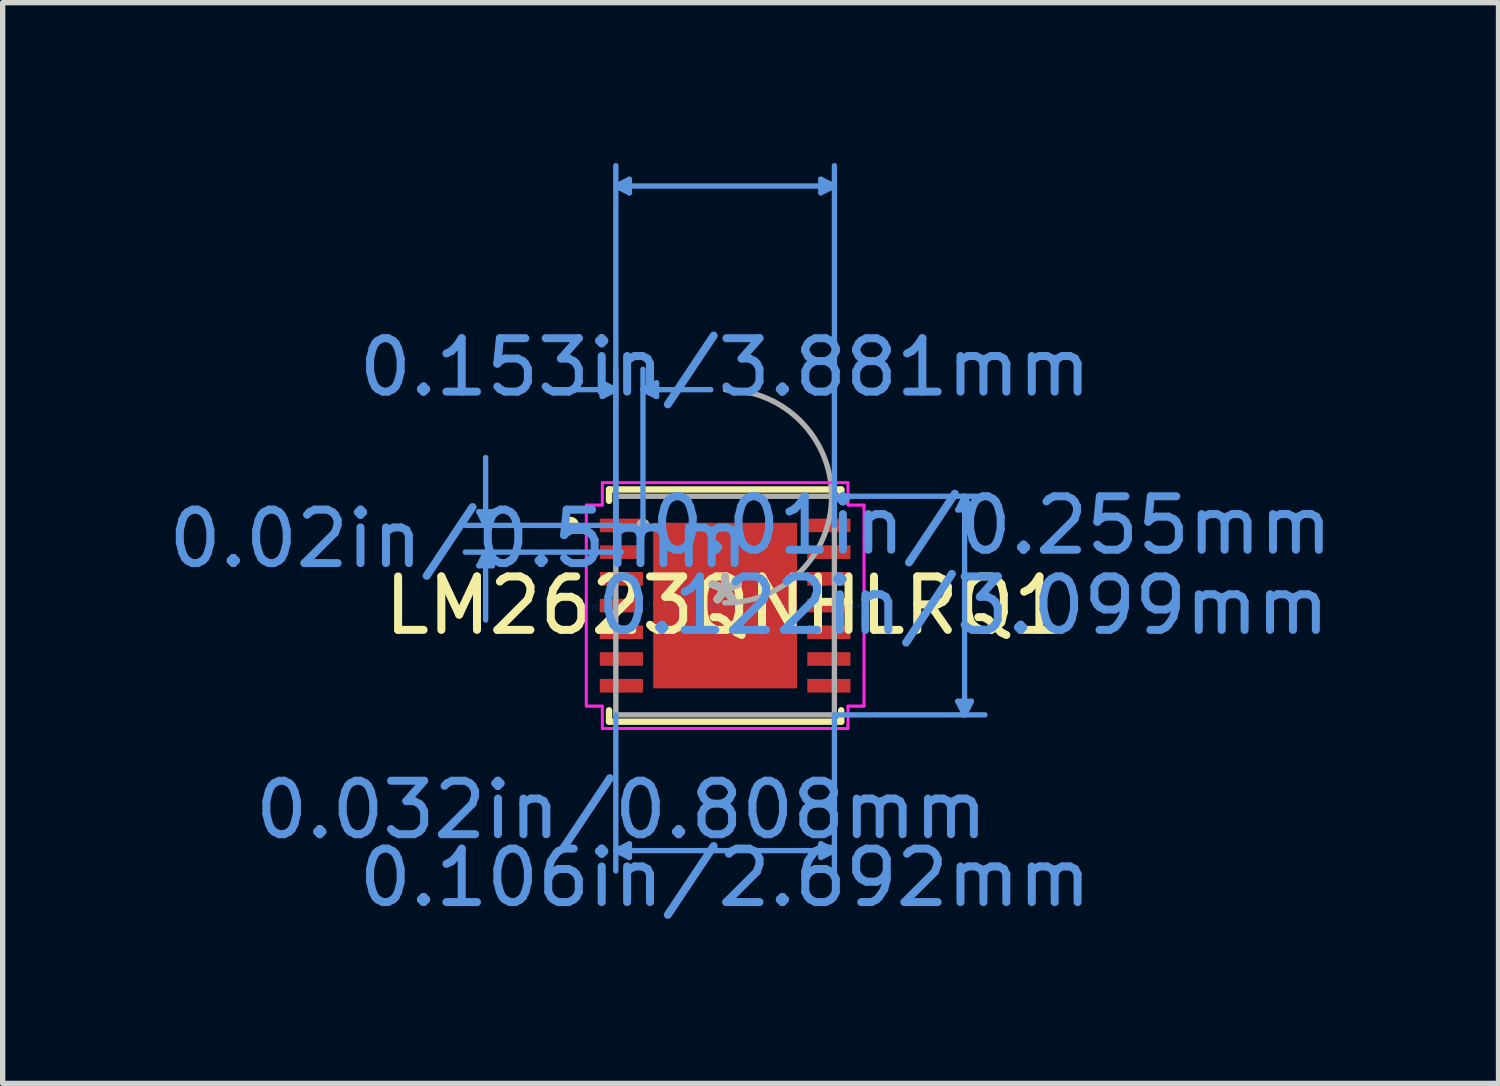
<source format=kicad_pcb>
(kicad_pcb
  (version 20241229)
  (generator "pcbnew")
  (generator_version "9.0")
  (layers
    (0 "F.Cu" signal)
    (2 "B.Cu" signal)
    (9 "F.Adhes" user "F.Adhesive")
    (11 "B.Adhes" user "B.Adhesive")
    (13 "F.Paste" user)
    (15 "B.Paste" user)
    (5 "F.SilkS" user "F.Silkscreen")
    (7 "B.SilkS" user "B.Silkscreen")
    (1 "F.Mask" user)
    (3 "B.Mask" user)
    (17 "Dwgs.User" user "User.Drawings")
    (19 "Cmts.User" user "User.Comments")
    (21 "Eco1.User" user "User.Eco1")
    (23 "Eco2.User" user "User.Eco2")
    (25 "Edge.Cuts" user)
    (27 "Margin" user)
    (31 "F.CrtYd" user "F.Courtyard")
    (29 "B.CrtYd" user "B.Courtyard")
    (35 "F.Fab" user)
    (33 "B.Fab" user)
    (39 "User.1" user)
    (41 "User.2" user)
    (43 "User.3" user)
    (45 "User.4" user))
  (footprint "LM2623QNHLRQ1"
    (layer "F.Cu")
    (at 10.518 8.281)
    (property "Reference" "LM2623QNHLRQ1" (at 0 0 0) (layer "F.SilkS") (effects (font (size 1 1) (thickness 0.15))))
    (attr through_hole)
    (fp_line (start -2.172 -2.172) (end -2.172 -1.96) (stroke (width 0.12) (type solid)) (layer "F.SilkS"))
    (fp_line (start -2.172 1.96) (end -2.172 2.172) (stroke (width 0.12) (type solid)) (layer "F.SilkS"))
    (fp_line (start -2.172 2.172) (end 2.172 2.172) (stroke (width 0.12) (type solid)) (layer "F.SilkS"))
    (fp_line (start 2.172 -2.172) (end -2.172 -2.172) (stroke (width 0.12) (type solid)) (layer "F.SilkS"))
    (fp_line (start 2.172 -1.96) (end 2.172 -2.172) (stroke (width 0.12) (type solid)) (layer "F.SilkS"))
    (fp_line (start 2.172 2.172) (end 2.172 1.96) (stroke (width 0.12) (type solid)) (layer "F.SilkS"))
    (fp_circle (center -2.895 -1.5) (end -2.794 -1.5) (stroke (width 0.12) (type solid)) (fill no) (layer "F.SilkS"))
    (fp_poly (pts (xy -1.246 -1.449) (xy -1.246 -0.1) (xy -0.1 -0.1) (xy -0.1 -1.449)) (stroke (width 0.1) (type solid)) (fill yes) (layer "F.Paste"))
    (fp_poly (pts (xy -1.246 0.1) (xy -1.246 1.449) (xy -0.1 1.449) (xy -0.1 0.1)) (stroke (width 0.1) (type solid)) (fill yes) (layer "F.Paste"))
    (fp_poly (pts (xy 0.1 -1.449) (xy 0.1 -0.1) (xy 1.246 -0.1) (xy 1.246 -1.449)) (stroke (width 0.1) (type solid)) (fill yes) (layer "F.Paste"))
    (fp_poly (pts (xy 0.1 0.1) (xy 0.1 1.449) (xy 1.246 1.449) (xy 1.246 0.1)) (stroke (width 0.1) (type solid)) (fill yes) (layer "F.Paste"))
    (fp_line (start -4.608 -1.754) (end -4.354 -1.754) (stroke (width 0.1) (type solid)) (layer "Cmts.User"))
    (fp_line (start -4.608 -0.746) (end -4.354 -0.746) (stroke (width 0.1) (type solid)) (layer "Cmts.User"))
    (fp_line (start -4.481 -1.5) (end -4.608 -1.754) (stroke (width 0.1) (type solid)) (layer "Cmts.User"))
    (fp_line (start -4.481 -1.5) (end -4.481 -2.77) (stroke (width 0.1) (type solid)) (layer "Cmts.User"))
    (fp_line (start -4.481 -1.5) (end -4.354 -1.754) (stroke (width 0.1) (type solid)) (layer "Cmts.User"))
    (fp_line (start -4.481 -1) (end -4.608 -0.746) (stroke (width 0.1) (type solid)) (layer "Cmts.User"))
    (fp_line (start -4.481 -1) (end -4.481 0.27) (stroke (width 0.1) (type solid)) (layer "Cmts.User"))
    (fp_line (start -4.481 -1) (end -4.354 -0.746) (stroke (width 0.1) (type solid)) (layer "Cmts.User"))
    (fp_line (start -2.299 -4.167) (end -2.299 -3.913) (stroke (width 0.1) (type solid)) (layer "Cmts.User"))
    (fp_line (start -2.045 -7.85) (end -1.791 -7.977) (stroke (width 0.1) (type solid)) (layer "Cmts.User"))
    (fp_line (start -2.045 -7.85) (end -1.791 -7.723) (stroke (width 0.1) (type solid)) (layer "Cmts.User"))
    (fp_line (start -2.045 -7.85) (end 2.045 -7.85) (stroke (width 0.1) (type solid)) (layer "Cmts.User"))
    (fp_line (start -2.045 -4.04) (end -3.315 -4.04) (stroke (width 0.1) (type solid)) (layer "Cmts.User"))
    (fp_line (start -2.045 -4.04) (end -2.299 -4.167) (stroke (width 0.1) (type solid)) (layer "Cmts.User"))
    (fp_line (start -2.045 -4.04) (end -2.299 -3.913) (stroke (width 0.1) (type solid)) (layer "Cmts.User"))
    (fp_line (start -2.045 -1.5) (end -2.045 -8.231) (stroke (width 0.1) (type solid)) (layer "Cmts.User"))
    (fp_line (start -2.045 -1.5) (end -2.045 -4.421) (stroke (width 0.1) (type solid)) (layer "Cmts.User"))
    (fp_line (start -2.045 2.045) (end -2.045 4.966) (stroke (width 0.1) (type solid)) (layer "Cmts.User"))
    (fp_line (start -2.045 4.585) (end -1.791 4.458) (stroke (width 0.1) (type solid)) (layer "Cmts.User"))
    (fp_line (start -2.045 4.585) (end -1.791 4.712) (stroke (width 0.1) (type solid)) (layer "Cmts.User"))
    (fp_line (start -2.045 4.585) (end 2.045 4.585) (stroke (width 0.1) (type solid)) (layer "Cmts.User"))
    (fp_line (start -1.941 -1.5) (end -4.862 -1.5) (stroke (width 0.1) (type solid)) (layer "Cmts.User"))
    (fp_line (start -1.941 -1) (end -4.862 -1) (stroke (width 0.1) (type solid)) (layer "Cmts.User"))
    (fp_line (start -1.791 -7.977) (end -1.791 -7.723) (stroke (width 0.1) (type solid)) (layer "Cmts.User"))
    (fp_line (start -1.791 4.458) (end -1.791 4.712) (stroke (width 0.1) (type solid)) (layer "Cmts.User"))
    (fp_line (start -1.537 -4.04) (end -1.283 -4.167) (stroke (width 0.1) (type solid)) (layer "Cmts.User"))
    (fp_line (start -1.537 -4.04) (end -1.283 -3.913) (stroke (width 0.1) (type solid)) (layer "Cmts.User"))
    (fp_line (start -1.537 -4.04) (end -0.267 -4.04) (stroke (width 0.1) (type solid)) (layer "Cmts.User"))
    (fp_line (start -1.537 -1.5) (end -1.537 -4.421) (stroke (width 0.1) (type solid)) (layer "Cmts.User"))
    (fp_line (start -1.283 -4.167) (end -1.283 -3.913) (stroke (width 0.1) (type solid)) (layer "Cmts.User"))
    (fp_line (start 1.791 -7.977) (end 1.791 -7.723) (stroke (width 0.1) (type solid)) (layer "Cmts.User"))
    (fp_line (start 1.791 4.458) (end 1.791 4.712) (stroke (width 0.1) (type solid)) (layer "Cmts.User"))
    (fp_line (start 2.045 -7.85) (end 1.791 -7.977) (stroke (width 0.1) (type solid)) (layer "Cmts.User"))
    (fp_line (start 2.045 -7.85) (end 1.791 -7.723) (stroke (width 0.1) (type solid)) (layer "Cmts.User"))
    (fp_line (start 2.045 -2.045) (end 4.862 -2.045) (stroke (width 0.1) (type solid)) (layer "Cmts.User"))
    (fp_line (start 2.045 -1.5) (end 2.045 -8.231) (stroke (width 0.1) (type solid)) (layer "Cmts.User"))
    (fp_line (start 2.045 2.045) (end 2.045 4.966) (stroke (width 0.1) (type solid)) (layer "Cmts.User"))
    (fp_line (start 2.045 2.045) (end 4.862 2.045) (stroke (width 0.1) (type solid)) (layer "Cmts.User"))
    (fp_line (start 2.045 4.585) (end 1.791 4.458) (stroke (width 0.1) (type solid)) (layer "Cmts.User"))
    (fp_line (start 2.045 4.585) (end 1.791 4.712) (stroke (width 0.1) (type solid)) (layer "Cmts.User"))
    (fp_line (start 4.354 -1.791) (end 4.608 -1.791) (stroke (width 0.1) (type solid)) (layer "Cmts.User"))
    (fp_line (start 4.354 1.791) (end 4.608 1.791) (stroke (width 0.1) (type solid)) (layer "Cmts.User"))
    (fp_line (start 4.481 -2.045) (end 4.354 -1.791) (stroke (width 0.1) (type solid)) (layer "Cmts.User"))
    (fp_line (start 4.481 -2.045) (end 4.481 2.045) (stroke (width 0.1) (type solid)) (layer "Cmts.User"))
    (fp_line (start 4.481 -2.045) (end 4.608 -1.791) (stroke (width 0.1) (type solid)) (layer "Cmts.User"))
    (fp_line (start 4.481 2.045) (end 4.354 1.791) (stroke (width 0.1) (type solid)) (layer "Cmts.User"))
    (fp_line (start 4.481 2.045) (end 4.608 1.791) (stroke (width 0.1) (type solid)) (layer "Cmts.User"))
    (fp_line (start -2.599 -1.881) (end -2.299 -1.881) (stroke (width 0.05) (type solid)) (layer "F.CrtYd"))
    (fp_line (start -2.599 -1.881) (end -2.299 -1.881) (stroke (width 0.05) (type solid)) (layer "F.CrtYd"))
    (fp_line (start -2.599 1.881) (end -2.599 -1.881) (stroke (width 0.05) (type solid)) (layer "F.CrtYd"))
    (fp_line (start -2.599 1.881) (end -2.599 -1.881) (stroke (width 0.05) (type solid)) (layer "F.CrtYd"))
    (fp_line (start -2.599 1.881) (end -2.299 1.881) (stroke (width 0.05) (type solid)) (layer "F.CrtYd"))
    (fp_line (start -2.299 -2.299) (end 2.299 -2.299) (stroke (width 0.05) (type solid)) (layer "F.CrtYd"))
    (fp_line (start -2.299 -2.299) (end 2.299 -2.299) (stroke (width 0.05) (type solid)) (layer "F.CrtYd"))
    (fp_line (start -2.299 -1.881) (end -2.299 -2.299) (stroke (width 0.05) (type solid)) (layer "F.CrtYd"))
    (fp_line (start -2.299 -1.881) (end -2.299 -2.299) (stroke (width 0.05) (type solid)) (layer "F.CrtYd"))
    (fp_line (start -2.299 1.881) (end -2.599 1.881) (stroke (width 0.05) (type solid)) (layer "F.CrtYd"))
    (fp_line (start -2.299 2.299) (end -2.299 1.881) (stroke (width 0.05) (type solid)) (layer "F.CrtYd"))
    (fp_line (start -2.299 2.299) (end -2.299 1.881) (stroke (width 0.05) (type solid)) (layer "F.CrtYd"))
    (fp_line (start 2.299 -2.299) (end 2.299 -1.881) (stroke (width 0.05) (type solid)) (layer "F.CrtYd"))
    (fp_line (start 2.299 -2.299) (end 2.299 -1.881) (stroke (width 0.05) (type solid)) (layer "F.CrtYd"))
    (fp_line (start 2.299 -1.881) (end 2.599 -1.881) (stroke (width 0.05) (type solid)) (layer "F.CrtYd"))
    (fp_line (start 2.299 1.881) (end 2.299 2.299) (stroke (width 0.05) (type solid)) (layer "F.CrtYd"))
    (fp_line (start 2.299 1.881) (end 2.299 2.299) (stroke (width 0.05) (type solid)) (layer "F.CrtYd"))
    (fp_line (start 2.299 2.299) (end -2.299 2.299) (stroke (width 0.05) (type solid)) (layer "F.CrtYd"))
    (fp_line (start 2.299 2.299) (end -2.299 2.299) (stroke (width 0.05) (type solid)) (layer "F.CrtYd"))
    (fp_line (start 2.599 -1.881) (end 2.299 -1.881) (stroke (width 0.05) (type solid)) (layer "F.CrtYd"))
    (fp_line (start 2.599 -1.881) (end 2.599 1.881) (stroke (width 0.05) (type solid)) (layer "F.CrtYd"))
    (fp_line (start 2.599 -1.881) (end 2.599 1.881) (stroke (width 0.05) (type solid)) (layer "F.CrtYd"))
    (fp_line (start 2.599 1.881) (end 2.299 1.881) (stroke (width 0.05) (type solid)) (layer "F.CrtYd"))
    (fp_line (start 2.599 1.881) (end 2.299 1.881) (stroke (width 0.05) (type solid)) (layer "F.CrtYd"))
    (fp_line (start -2.045 -2.045) (end -2.045 2.045) (stroke (width 0.1) (type solid)) (layer "F.Fab"))
    (fp_line (start -2.045 2.045) (end 2.045 2.045) (stroke (width 0.1) (type solid)) (layer "F.Fab"))
    (fp_line (start 2.045 -2.045) (end -2.045 -2.045) (stroke (width 0.1) (type solid)) (layer "F.Fab"))
    (fp_line (start 2.045 2.045) (end 2.045 -2.045) (stroke (width 0.1) (type solid)) (layer "F.Fab"))
    (fp_arc (start 0.007742 -4.037465) (mid 1.992765 -2.036958) (end -0.007742 -0.051935) (stroke (width 0.1) (type solid)) (layer "F.Fab"))
    (fp_circle (center -1.537 -1.5) (end -1.46 -1.5) (stroke (width 0.1) (type solid)) (fill no) (layer "F.Fab"))
    (fp_text user "*" (at 0 0 0) (layer "F.SilkS") (effects (font (size 1 1) (thickness 0.15))))
    (fp_text user "0.032in/0.808mm" (at -1.941 3.823 0) (layer "Cmts.User") (effects (font (size 1 1) (thickness 0.15))))
    (fp_text user "0.153in/3.881mm" (at 0 -4.458 0) (layer "Cmts.User") (effects (font (size 1 1) (thickness 0.15))))
    (fp_text user "0.106in/2.692mm" (at 0 5.093 0) (layer "Cmts.User") (effects (font (size 1 1) (thickness 0.15))))
    (fp_text user "Copyright 2021 Accelerated Designs. All rights reserved." (at 0 0 0) (layer "Cmts.User") (effects (font (size 0.127 0.127) (thickness 0.002))))
    (fp_text user "0.01in/0.255mm" (at 4.989 -1.5 0) (layer "Cmts.User") (effects (font (size 1 1) (thickness 0.15))))
    (fp_text user "0.122in/3.099mm" (at 4.458 0 0) (layer "Cmts.User") (effects (font (size 1 1) (thickness 0.15))))
    (fp_text user "0.02in/0.5mm" (at -4.989 -1.25 0) (layer "Cmts.User") (effects (font (size 1 1) (thickness 0.15))))
    (fp_text user "*" (at 0 0 0) (layer "F.Fab") (effects (font (size 1 1) (thickness 0.15))))
    (pad "1" smd rect (at -1.941 -1.5) (size 0.808 0.255) (layers "F.Cu" "F.Mask" "F.Paste"))
    (pad "2" smd rect (at -1.941 -1) (size 0.808 0.255) (layers "F.Cu" "F.Mask" "F.Paste"))
    (pad "3" smd rect (at -1.941 -0.5) (size 0.808 0.255) (layers "F.Cu" "F.Mask" "F.Paste"))
    (pad "4" smd rect (at -1.941 0) (size 0.808 0.255) (layers "F.Cu" "F.Mask" "F.Paste"))
    (pad "5" smd rect (at -1.941 0.5) (size 0.808 0.255) (layers "F.Cu" "F.Mask" "F.Paste"))
    (pad "6" smd rect (at -1.941 1) (size 0.808 0.255) (layers "F.Cu" "F.Mask" "F.Paste"))
    (pad "7" smd rect (at -1.941 1.5) (size 0.808 0.255) (layers "F.Cu" "F.Mask" "F.Paste"))
    (pad "8" smd rect (at 1.941 1.5) (size 0.808 0.255) (layers "F.Cu" "F.Mask" "F.Paste"))
    (pad "9" smd rect (at 1.941 1) (size 0.808 0.255) (layers "F.Cu" "F.Mask" "F.Paste"))
    (pad "10" smd rect (at 1.941 0.5) (size 0.808 0.255) (layers "F.Cu" "F.Mask" "F.Paste"))
    (pad "11" smd rect (at 1.941 0) (size 0.808 0.255) (layers "F.Cu" "F.Mask" "F.Paste"))
    (pad "12" smd rect (at 1.941 -0.5) (size 0.808 0.255) (layers "F.Cu" "F.Mask" "F.Paste"))
    (pad "13" smd rect (at 1.941 -1) (size 0.808 0.255) (layers "F.Cu" "F.Mask" "F.Paste"))
    (pad "14" smd rect (at 1.941 -1.5) (size 0.808 0.255) (layers "F.Cu" "F.Mask" "F.Paste"))
    (pad "15" smd rect (at 0 0) (size 2.692 3.099) (layers "F.Cu" "F.Mask" "F.Paste")))
  (gr_rect
    (start -3 -3)
    (end 24.989 17.222)
    (stroke (width 0.1) (type default))
    (fill no)
    (layer "Edge.Cuts")))
</source>
